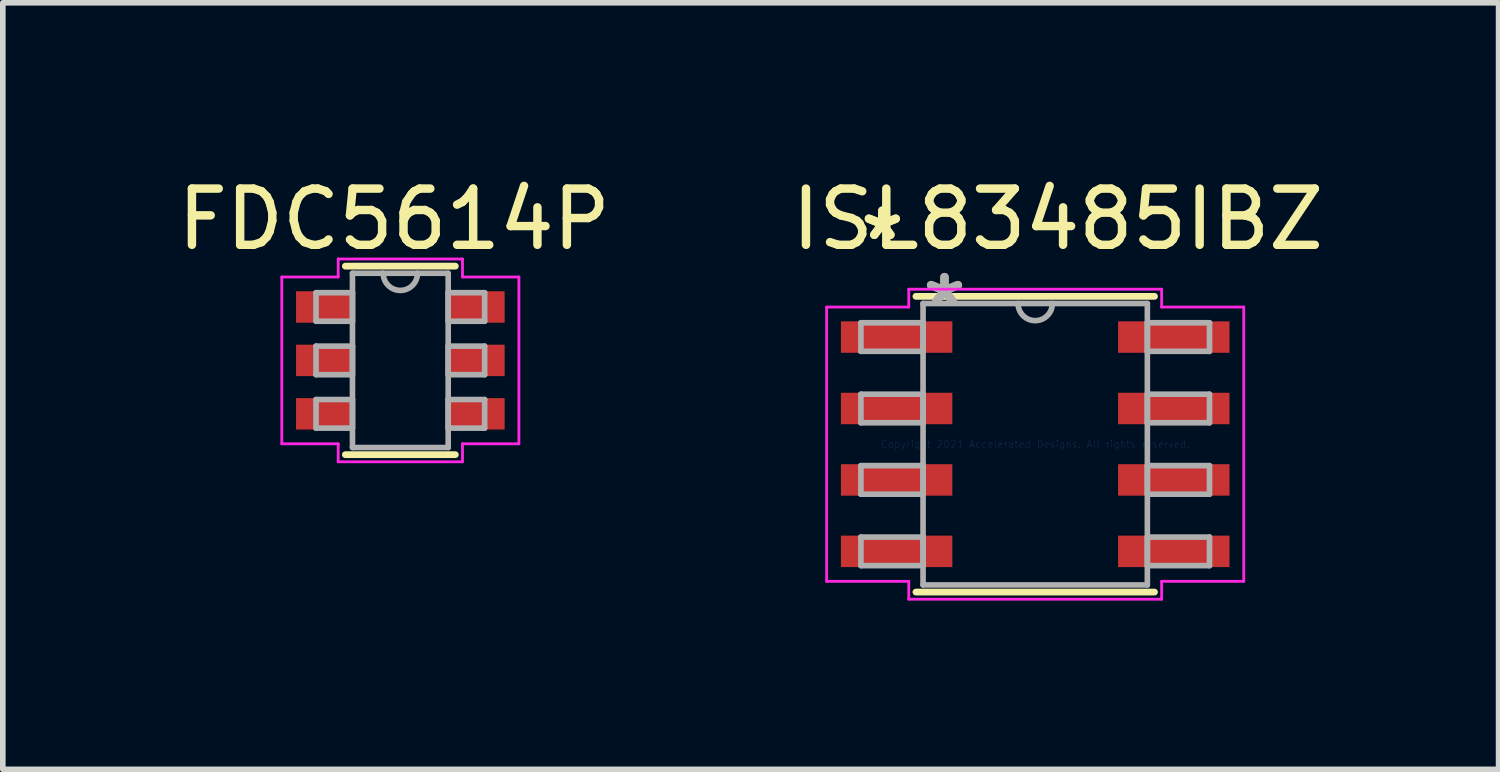
<source format=kicad_pcb>
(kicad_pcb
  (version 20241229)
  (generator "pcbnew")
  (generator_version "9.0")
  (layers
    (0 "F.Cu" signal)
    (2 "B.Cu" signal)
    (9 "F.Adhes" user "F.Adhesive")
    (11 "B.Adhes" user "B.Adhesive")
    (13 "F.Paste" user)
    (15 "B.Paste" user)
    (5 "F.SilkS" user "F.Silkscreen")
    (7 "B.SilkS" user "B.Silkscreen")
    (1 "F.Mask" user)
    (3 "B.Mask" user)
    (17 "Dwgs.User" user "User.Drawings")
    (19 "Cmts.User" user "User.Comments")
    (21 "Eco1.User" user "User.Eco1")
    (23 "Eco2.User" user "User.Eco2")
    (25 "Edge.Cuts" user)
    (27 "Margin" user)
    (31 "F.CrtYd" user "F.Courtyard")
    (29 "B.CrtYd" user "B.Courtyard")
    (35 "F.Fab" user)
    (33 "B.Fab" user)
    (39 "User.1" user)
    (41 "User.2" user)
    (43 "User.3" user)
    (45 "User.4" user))
  (footprint "ISL83485IBZ"
    (layer "F.Cu")
    (at 15.356 4.848)
    (property "Reference" "ISL83485IBZ" (at 0.4 -4 0) (layer "F.SilkS") (effects (font (size 1 1) (thickness 0.15))))
    (attr through_hole)
    (fp_line (start -2.121 2.629) (end 2.121 2.629) (stroke (width 0.12) (type solid)) (layer "F.SilkS"))
    (fp_line (start 2.121 -2.629) (end -2.121 -2.629) (stroke (width 0.12) (type solid)) (layer "F.SilkS"))
    (fp_line (start -3.708 -2.438) (end -2.248 -2.438) (stroke (width 0.05) (type solid)) (layer "F.CrtYd"))
    (fp_line (start -3.708 2.438) (end -3.708 -2.438) (stroke (width 0.05) (type solid)) (layer "F.CrtYd"))
    (fp_line (start -3.708 2.438) (end -2.248 2.438) (stroke (width 0.05) (type solid)) (layer "F.CrtYd"))
    (fp_line (start -2.248 -2.756) (end 2.248 -2.756) (stroke (width 0.05) (type solid)) (layer "F.CrtYd"))
    (fp_line (start -2.248 -2.438) (end -2.248 -2.756) (stroke (width 0.05) (type solid)) (layer "F.CrtYd"))
    (fp_line (start -2.248 2.756) (end -2.248 2.438) (stroke (width 0.05) (type solid)) (layer "F.CrtYd"))
    (fp_line (start 2.248 -2.756) (end 2.248 -2.438) (stroke (width 0.05) (type solid)) (layer "F.CrtYd"))
    (fp_line (start 2.248 -2.438) (end 3.708 -2.438) (stroke (width 0.05) (type solid)) (layer "F.CrtYd"))
    (fp_line (start 2.248 2.438) (end 2.248 2.756) (stroke (width 0.05) (type solid)) (layer "F.CrtYd"))
    (fp_line (start 2.248 2.756) (end -2.248 2.756) (stroke (width 0.05) (type solid)) (layer "F.CrtYd"))
    (fp_line (start 3.708 -2.438) (end 3.708 2.438) (stroke (width 0.05) (type solid)) (layer "F.CrtYd"))
    (fp_line (start 3.708 2.438) (end 2.248 2.438) (stroke (width 0.05) (type solid)) (layer "F.CrtYd"))
    (fp_line (start -3.099 -2.159) (end -3.099 -1.651) (stroke (width 0.1) (type solid)) (layer "F.Fab"))
    (fp_line (start -3.099 -1.651) (end -1.994 -1.651) (stroke (width 0.1) (type solid)) (layer "F.Fab"))
    (fp_line (start -3.099 -0.889) (end -3.099 -0.381) (stroke (width 0.1) (type solid)) (layer "F.Fab"))
    (fp_line (start -3.099 -0.381) (end -1.994 -0.381) (stroke (width 0.1) (type solid)) (layer "F.Fab"))
    (fp_line (start -3.099 0.381) (end -3.099 0.889) (stroke (width 0.1) (type solid)) (layer "F.Fab"))
    (fp_line (start -3.099 0.889) (end -1.994 0.889) (stroke (width 0.1) (type solid)) (layer "F.Fab"))
    (fp_line (start -3.099 1.651) (end -3.099 2.159) (stroke (width 0.1) (type solid)) (layer "F.Fab"))
    (fp_line (start -3.099 2.159) (end -1.994 2.159) (stroke (width 0.1) (type solid)) (layer "F.Fab"))
    (fp_line (start -1.994 -2.502) (end -1.994 2.502) (stroke (width 0.1) (type solid)) (layer "F.Fab"))
    (fp_line (start -1.994 -2.159) (end -3.099 -2.159) (stroke (width 0.1) (type solid)) (layer "F.Fab"))
    (fp_line (start -1.994 -1.651) (end -1.994 -2.159) (stroke (width 0.1) (type solid)) (layer "F.Fab"))
    (fp_line (start -1.994 -0.889) (end -3.099 -0.889) (stroke (width 0.1) (type solid)) (layer "F.Fab"))
    (fp_line (start -1.994 -0.381) (end -1.994 -0.889) (stroke (width 0.1) (type solid)) (layer "F.Fab"))
    (fp_line (start -1.994 0.381) (end -3.099 0.381) (stroke (width 0.1) (type solid)) (layer "F.Fab"))
    (fp_line (start -1.994 0.889) (end -1.994 0.381) (stroke (width 0.1) (type solid)) (layer "F.Fab"))
    (fp_line (start -1.994 1.651) (end -3.099 1.651) (stroke (width 0.1) (type solid)) (layer "F.Fab"))
    (fp_line (start -1.994 2.159) (end -1.994 1.651) (stroke (width 0.1) (type solid)) (layer "F.Fab"))
    (fp_line (start -1.994 2.502) (end 1.994 2.502) (stroke (width 0.1) (type solid)) (layer "F.Fab"))
    (fp_line (start 1.994 -2.502) (end -1.994 -2.502) (stroke (width 0.1) (type solid)) (layer "F.Fab"))
    (fp_line (start 1.994 -2.159) (end 1.994 -1.651) (stroke (width 0.1) (type solid)) (layer "F.Fab"))
    (fp_line (start 1.994 -1.651) (end 3.099 -1.651) (stroke (width 0.1) (type solid)) (layer "F.Fab"))
    (fp_line (start 1.994 -0.889) (end 1.994 -0.381) (stroke (width 0.1) (type solid)) (layer "F.Fab"))
    (fp_line (start 1.994 -0.381) (end 3.099 -0.381) (stroke (width 0.1) (type solid)) (layer "F.Fab"))
    (fp_line (start 1.994 0.381) (end 1.994 0.889) (stroke (width 0.1) (type solid)) (layer "F.Fab"))
    (fp_line (start 1.994 0.889) (end 3.099 0.889) (stroke (width 0.1) (type solid)) (layer "F.Fab"))
    (fp_line (start 1.994 1.651) (end 1.994 2.159) (stroke (width 0.1) (type solid)) (layer "F.Fab"))
    (fp_line (start 1.994 2.159) (end 3.099 2.159) (stroke (width 0.1) (type solid)) (layer "F.Fab"))
    (fp_line (start 1.994 2.502) (end 1.994 -2.502) (stroke (width 0.1) (type solid)) (layer "F.Fab"))
    (fp_line (start 3.099 -2.159) (end 1.994 -2.159) (stroke (width 0.1) (type solid)) (layer "F.Fab"))
    (fp_line (start 3.099 -1.651) (end 3.099 -2.159) (stroke (width 0.1) (type solid)) (layer "F.Fab"))
    (fp_line (start 3.099 -0.889) (end 1.994 -0.889) (stroke (width 0.1) (type solid)) (layer "F.Fab"))
    (fp_line (start 3.099 -0.381) (end 3.099 -0.889) (stroke (width 0.1) (type solid)) (layer "F.Fab"))
    (fp_line (start 3.099 0.381) (end 1.994 0.381) (stroke (width 0.1) (type solid)) (layer "F.Fab"))
    (fp_line (start 3.099 0.889) (end 3.099 0.381) (stroke (width 0.1) (type solid)) (layer "F.Fab"))
    (fp_line (start 3.099 1.651) (end 1.994 1.651) (stroke (width 0.1) (type solid)) (layer "F.Fab"))
    (fp_line (start 3.099 2.159) (end 3.099 1.651) (stroke (width 0.1) (type solid)) (layer "F.Fab"))
    (fp_arc (start 0.3048 -2.5019) (mid 0 -2.1971) (end -0.3048 -2.5019) (stroke (width 0.1) (type solid)) (layer "F.Fab"))
    (fp_text user "*" (at -2.718 -3.607 0) (layer "F.SilkS") (effects (font (size 1 1) (thickness 0.15))))
    (fp_text user "*" (at -2.718 -3.607 0) (layer "F.SilkS") (effects (font (size 1 1) (thickness 0.15))))
    (fp_text user "Copyright 2021 Accelerated Designs. All rights reserved." (at 0 0 0) (layer "Cmts.User") (effects (font (size 0.127 0.127) (thickness 0.002))))
    (fp_text user "*" (at -1.613 -2.426 0) (layer "F.Fab") (effects (font (size 1 1) (thickness 0.15))))
    (fp_text user "*" (at -1.613 -2.426 0) (layer "F.Fab") (effects (font (size 1 1) (thickness 0.15))))
    (pad "1" smd rect (at -2.464 -1.905) (size 1.981 0.559) (layers "F.Cu" "F.Mask" "F.Paste"))
    (pad "2" smd rect (at -2.464 -0.635) (size 1.981 0.559) (layers "F.Cu" "F.Mask" "F.Paste"))
    (pad "3" smd rect (at -2.464 0.635) (size 1.981 0.559) (layers "F.Cu" "F.Mask" "F.Paste"))
    (pad "4" smd rect (at -2.464 1.905) (size 1.981 0.559) (layers "F.Cu" "F.Mask" "F.Paste"))
    (pad "5" smd rect (at 2.464 1.905) (size 1.981 0.559) (layers "F.Cu" "F.Mask" "F.Paste"))
    (pad "6" smd rect (at 2.464 0.635) (size 1.981 0.559) (layers "F.Cu" "F.Mask" "F.Paste"))
    (pad "7" smd rect (at 2.464 -0.635) (size 1.981 0.559) (layers "F.Cu" "F.Mask" "F.Paste"))
    (pad "8" smd rect (at 2.464 -1.905) (size 1.981 0.559) (layers "F.Cu" "F.Mask" "F.Paste")))
  (footprint "FDC5614P"
    (layer "F.Cu")
    (at 4.068 3.358)
    (property "Reference" "FDC5614P" (at -0.11 -2.51 0) (layer "F.SilkS") (effects (font (size 1 1) (thickness 0.15))))
    (attr through_hole)
    (fp_line (start -0.978 1.676) (end 0.978 1.676) (stroke (width 0.12) (type solid)) (layer "F.SilkS"))
    (fp_line (start 0.978 -1.676) (end -0.978 -1.676) (stroke (width 0.12) (type solid)) (layer "F.SilkS"))
    (fp_line (start -2.108 -1.483) (end -1.105 -1.483) (stroke (width 0.05) (type solid)) (layer "F.CrtYd"))
    (fp_line (start -2.108 1.483) (end -2.108 -1.483) (stroke (width 0.05) (type solid)) (layer "F.CrtYd"))
    (fp_line (start -2.108 1.483) (end -1.105 1.483) (stroke (width 0.05) (type solid)) (layer "F.CrtYd"))
    (fp_line (start -1.105 -1.803) (end 1.105 -1.803) (stroke (width 0.05) (type solid)) (layer "F.CrtYd"))
    (fp_line (start -1.105 -1.483) (end -1.105 -1.803) (stroke (width 0.05) (type solid)) (layer "F.CrtYd"))
    (fp_line (start -1.105 1.803) (end -1.105 1.483) (stroke (width 0.05) (type solid)) (layer "F.CrtYd"))
    (fp_line (start 1.105 -1.803) (end 1.105 -1.483) (stroke (width 0.05) (type solid)) (layer "F.CrtYd"))
    (fp_line (start 1.105 1.483) (end 1.105 1.803) (stroke (width 0.05) (type solid)) (layer "F.CrtYd"))
    (fp_line (start 1.105 1.803) (end -1.105 1.803) (stroke (width 0.05) (type solid)) (layer "F.CrtYd"))
    (fp_line (start 2.108 -1.483) (end 1.105 -1.483) (stroke (width 0.05) (type solid)) (layer "F.CrtYd"))
    (fp_line (start 2.108 -1.483) (end 2.108 1.483) (stroke (width 0.05) (type solid)) (layer "F.CrtYd"))
    (fp_line (start 2.108 1.483) (end 1.105 1.483) (stroke (width 0.05) (type solid)) (layer "F.CrtYd"))
    (fp_line (start -1.499 -1.204) (end -1.499 -0.696) (stroke (width 0.1) (type solid)) (layer "F.Fab"))
    (fp_line (start -1.499 -0.696) (end -0.851 -0.696) (stroke (width 0.1) (type solid)) (layer "F.Fab"))
    (fp_line (start -1.499 -0.254) (end -1.499 0.254) (stroke (width 0.1) (type solid)) (layer "F.Fab"))
    (fp_line (start -1.499 0.254) (end -0.851 0.254) (stroke (width 0.1) (type solid)) (layer "F.Fab"))
    (fp_line (start -1.499 0.696) (end -1.499 1.204) (stroke (width 0.1) (type solid)) (layer "F.Fab"))
    (fp_line (start -1.499 1.204) (end -0.851 1.204) (stroke (width 0.1) (type solid)) (layer "F.Fab"))
    (fp_line (start -0.851 -1.549) (end -0.851 1.549) (stroke (width 0.1) (type solid)) (layer "F.Fab"))
    (fp_line (start -0.851 -1.204) (end -1.499 -1.204) (stroke (width 0.1) (type solid)) (layer "F.Fab"))
    (fp_line (start -0.851 -0.696) (end -0.851 -1.204) (stroke (width 0.1) (type solid)) (layer "F.Fab"))
    (fp_line (start -0.851 -0.254) (end -1.499 -0.254) (stroke (width 0.1) (type solid)) (layer "F.Fab"))
    (fp_line (start -0.851 0.254) (end -0.851 -0.254) (stroke (width 0.1) (type solid)) (layer "F.Fab"))
    (fp_line (start -0.851 0.696) (end -1.499 0.696) (stroke (width 0.1) (type solid)) (layer "F.Fab"))
    (fp_line (start -0.851 1.204) (end -0.851 0.696) (stroke (width 0.1) (type solid)) (layer "F.Fab"))
    (fp_line (start -0.851 1.549) (end 0.851 1.549) (stroke (width 0.1) (type solid)) (layer "F.Fab"))
    (fp_line (start 0.851 -1.549) (end -0.851 -1.549) (stroke (width 0.1) (type solid)) (layer "F.Fab"))
    (fp_line (start 0.851 -1.204) (end 0.851 -0.696) (stroke (width 0.1) (type solid)) (layer "F.Fab"))
    (fp_line (start 0.851 -0.696) (end 1.499 -0.696) (stroke (width 0.1) (type solid)) (layer "F.Fab"))
    (fp_line (start 0.851 -0.254) (end 0.851 0.254) (stroke (width 0.1) (type solid)) (layer "F.Fab"))
    (fp_line (start 0.851 0.254) (end 1.499 0.254) (stroke (width 0.1) (type solid)) (layer "F.Fab"))
    (fp_line (start 0.851 0.696) (end 0.851 1.204) (stroke (width 0.1) (type solid)) (layer "F.Fab"))
    (fp_line (start 0.851 1.204) (end 1.499 1.204) (stroke (width 0.1) (type solid)) (layer "F.Fab"))
    (fp_line (start 0.851 1.549) (end 0.851 -1.549) (stroke (width 0.1) (type solid)) (layer "F.Fab"))
    (fp_line (start 1.499 -1.204) (end 0.851 -1.204) (stroke (width 0.1) (type solid)) (layer "F.Fab"))
    (fp_line (start 1.499 -0.696) (end 1.499 -1.204) (stroke (width 0.1) (type solid)) (layer "F.Fab"))
    (fp_line (start 1.499 -0.254) (end 0.851 -0.254) (stroke (width 0.1) (type solid)) (layer "F.Fab"))
    (fp_line (start 1.499 0.254) (end 1.499 -0.254) (stroke (width 0.1) (type solid)) (layer "F.Fab"))
    (fp_line (start 1.499 0.696) (end 0.851 0.696) (stroke (width 0.1) (type solid)) (layer "F.Fab"))
    (fp_line (start 1.499 1.204) (end 1.499 0.696) (stroke (width 0.1) (type solid)) (layer "F.Fab"))
    (fp_arc (start 0.3048 -1.5494) (mid 0 -1.2446) (end -0.3048 -1.5494) (stroke (width 0.1) (type solid)) (layer "F.Fab"))
    (pad "1" smd rect (at -1.353 -0.95) (size 1.003 0.559) (layers "F.Cu" "F.Mask" "F.Paste"))
    (pad "2" smd rect (at -1.353 0) (size 1.003 0.559) (layers "F.Cu" "F.Mask" "F.Paste"))
    (pad "3" smd rect (at -1.353 0.95) (size 1.003 0.559) (layers "F.Cu" "F.Mask" "F.Paste"))
    (pad "4" smd rect (at 1.353 0.95) (size 1.003 0.559) (layers "F.Cu" "F.Mask" "F.Paste"))
    (pad "5" smd rect (at 1.353 0) (size 1.003 0.559) (layers "F.Cu" "F.Mask" "F.Paste"))
    (pad "6" smd rect (at 1.353 -0.95) (size 1.003 0.559) (layers "F.Cu" "F.Mask" "F.Paste")))
  (gr_rect
    (start -3 -3)
    (end 23.595 10.629)
    (stroke (width 0.1) (type default))
    (fill no)
    (layer "Edge.Cuts")))
</source>
